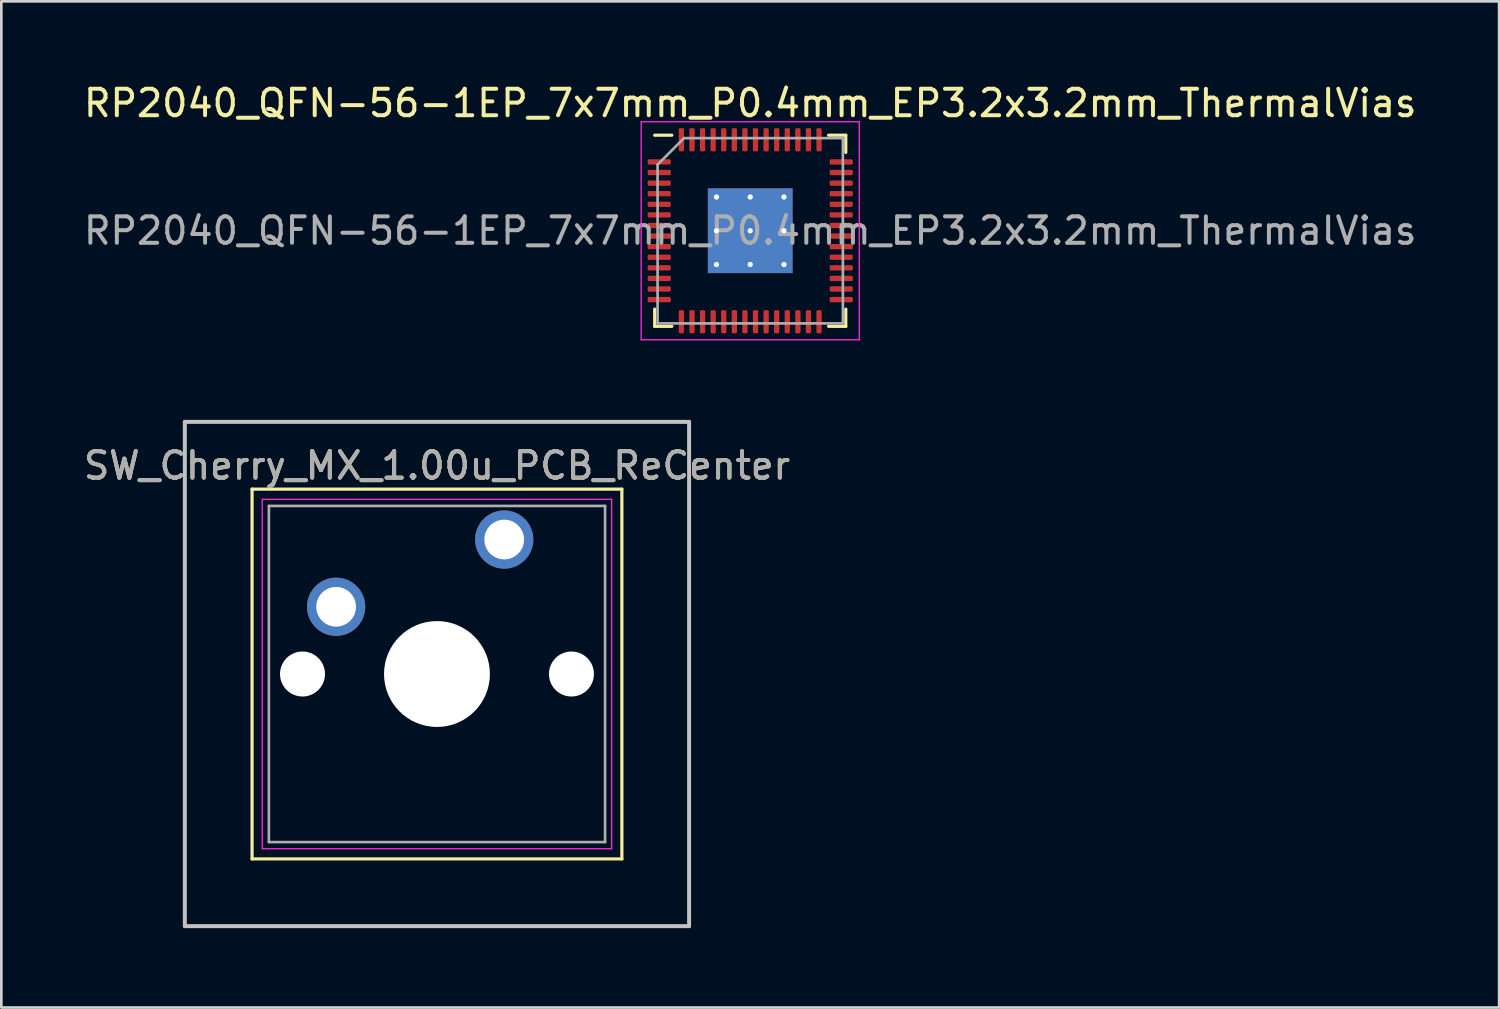
<source format=kicad_pcb>
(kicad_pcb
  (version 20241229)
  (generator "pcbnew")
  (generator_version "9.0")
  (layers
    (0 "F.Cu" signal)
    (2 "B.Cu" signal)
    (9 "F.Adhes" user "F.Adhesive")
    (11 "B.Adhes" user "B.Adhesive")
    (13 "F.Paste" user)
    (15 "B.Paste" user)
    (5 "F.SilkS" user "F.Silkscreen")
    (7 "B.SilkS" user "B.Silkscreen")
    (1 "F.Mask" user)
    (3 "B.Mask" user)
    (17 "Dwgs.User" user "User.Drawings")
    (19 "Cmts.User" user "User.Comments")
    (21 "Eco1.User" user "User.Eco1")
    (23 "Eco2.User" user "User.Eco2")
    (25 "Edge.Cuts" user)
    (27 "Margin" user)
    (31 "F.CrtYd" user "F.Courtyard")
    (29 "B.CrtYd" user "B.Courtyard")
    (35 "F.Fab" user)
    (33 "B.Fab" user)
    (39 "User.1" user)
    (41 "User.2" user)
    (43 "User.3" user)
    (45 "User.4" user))
  (footprint "RP2040_QFN-56-1EP_7x7mm_P0.4mm_EP3.2x3.2mm_ThermalVias"
    (layer "F.Cu")
    (at 25.292 5.668)
    (property "Reference" "RP2040_QFN-56-1EP_7x7mm_P0.4mm_EP3.2x3.2mm_ThermalVias" (at 0 -4.82 0) (layer "F.SilkS") (effects (font (size 1 1) (thickness 0.15))))
    (attr smd)
    (fp_line (start -3.61 3.61) (end -3.61 2.96) (stroke (width 0.12) (type solid)) (layer "F.SilkS"))
    (fp_line (start -2.96 -3.61) (end -3.61 -3.61) (stroke (width 0.12) (type solid)) (layer "F.SilkS"))
    (fp_line (start -2.96 3.61) (end -3.61 3.61) (stroke (width 0.12) (type solid)) (layer "F.SilkS"))
    (fp_line (start 2.96 -3.61) (end 3.61 -3.61) (stroke (width 0.12) (type solid)) (layer "F.SilkS"))
    (fp_line (start 2.96 3.61) (end 3.61 3.61) (stroke (width 0.12) (type solid)) (layer "F.SilkS"))
    (fp_line (start 3.61 -3.61) (end 3.61 -2.96) (stroke (width 0.12) (type solid)) (layer "F.SilkS"))
    (fp_line (start 3.61 3.61) (end 3.61 2.96) (stroke (width 0.12) (type solid)) (layer "F.SilkS"))
    (fp_line (start -4.12 -4.12) (end -4.12 4.12) (stroke (width 0.05) (type solid)) (layer "F.CrtYd"))
    (fp_line (start -4.12 4.12) (end 4.12 4.12) (stroke (width 0.05) (type solid)) (layer "F.CrtYd"))
    (fp_line (start 4.12 -4.12) (end -4.12 -4.12) (stroke (width 0.05) (type solid)) (layer "F.CrtYd"))
    (fp_line (start 4.12 4.12) (end 4.12 -4.12) (stroke (width 0.05) (type solid)) (layer "F.CrtYd"))
    (fp_line (start -3.5 -2.5) (end -2.5 -3.5) (stroke (width 0.1) (type solid)) (layer "F.Fab"))
    (fp_line (start -3.5 3.5) (end -3.5 -2.5) (stroke (width 0.1) (type solid)) (layer "F.Fab"))
    (fp_line (start -2.5 -3.5) (end 3.5 -3.5) (stroke (width 0.1) (type solid)) (layer "F.Fab"))
    (fp_line (start 3.5 -3.5) (end 3.5 3.5) (stroke (width 0.1) (type solid)) (layer "F.Fab"))
    (fp_line (start 3.5 3.5) (end -3.5 3.5) (stroke (width 0.1) (type solid)) (layer "F.Fab"))
    (fp_text user "${REFERENCE}" (at 0 0 0) (layer "F.Fab") (effects (font (size 1 1) (thickness 0.15))))
    (pad "" smd roundrect (at -0.637 -0.637) (size 1.084 1.084) (layers "F.Paste") (roundrect_rratio 0.231))
    (pad "" smd roundrect (at -0.637 0.637) (size 1.084 1.084) (layers "F.Paste") (roundrect_rratio 0.231))
    (pad "" smd roundrect (at 0.637 -0.637) (size 1.084 1.084) (layers "F.Paste") (roundrect_rratio 0.231))
    (pad "" smd roundrect (at 0.637 0.637) (size 1.084 1.084) (layers "F.Paste") (roundrect_rratio 0.231))
    (pad "1" smd roundrect (at -3.438 -2.6) (size 0.875 0.2) (layers "F.Cu" "F.Mask" "F.Paste") (roundrect_rratio 0.25))
    (pad "2" smd roundrect (at -3.438 -2.2) (size 0.875 0.2) (layers "F.Cu" "F.Mask" "F.Paste") (roundrect_rratio 0.25))
    (pad "3" smd roundrect (at -3.438 -1.8) (size 0.875 0.2) (layers "F.Cu" "F.Mask" "F.Paste") (roundrect_rratio 0.25))
    (pad "4" smd roundrect (at -3.438 -1.4) (size 0.875 0.2) (layers "F.Cu" "F.Mask" "F.Paste") (roundrect_rratio 0.25))
    (pad "5" smd roundrect (at -3.438 -1) (size 0.875 0.2) (layers "F.Cu" "F.Mask" "F.Paste") (roundrect_rratio 0.25))
    (pad "6" smd roundrect (at -3.438 -0.6) (size 0.875 0.2) (layers "F.Cu" "F.Mask" "F.Paste") (roundrect_rratio 0.25))
    (pad "7" smd roundrect (at -3.438 -0.2) (size 0.875 0.2) (layers "F.Cu" "F.Mask" "F.Paste") (roundrect_rratio 0.25))
    (pad "8" smd roundrect (at -3.438 0.2) (size 0.875 0.2) (layers "F.Cu" "F.Mask" "F.Paste") (roundrect_rratio 0.25))
    (pad "9" smd roundrect (at -3.438 0.6) (size 0.875 0.2) (layers "F.Cu" "F.Mask" "F.Paste") (roundrect_rratio 0.25))
    (pad "10" smd roundrect (at -3.438 1) (size 0.875 0.2) (layers "F.Cu" "F.Mask" "F.Paste") (roundrect_rratio 0.25))
    (pad "11" smd roundrect (at -3.438 1.4) (size 0.875 0.2) (layers "F.Cu" "F.Mask" "F.Paste") (roundrect_rratio 0.25))
    (pad "12" smd roundrect (at -3.438 1.8) (size 0.875 0.2) (layers "F.Cu" "F.Mask" "F.Paste") (roundrect_rratio 0.25))
    (pad "13" smd roundrect (at -3.438 2.2) (size 0.875 0.2) (layers "F.Cu" "F.Mask" "F.Paste") (roundrect_rratio 0.25))
    (pad "14" smd roundrect (at -3.438 2.6) (size 0.875 0.2) (layers "F.Cu" "F.Mask" "F.Paste") (roundrect_rratio 0.25))
    (pad "15" smd roundrect (at -2.6 3.438) (size 0.2 0.875) (layers "F.Cu" "F.Mask" "F.Paste") (roundrect_rratio 0.25))
    (pad "16" smd roundrect (at -2.2 3.438) (size 0.2 0.875) (layers "F.Cu" "F.Mask" "F.Paste") (roundrect_rratio 0.25))
    (pad "17" smd roundrect (at -1.8 3.438) (size 0.2 0.875) (layers "F.Cu" "F.Mask" "F.Paste") (roundrect_rratio 0.25))
    (pad "18" smd roundrect (at -1.4 3.438) (size 0.2 0.875) (layers "F.Cu" "F.Mask" "F.Paste") (roundrect_rratio 0.25))
    (pad "19" smd roundrect (at -1 3.438) (size 0.2 0.875) (layers "F.Cu" "F.Mask" "F.Paste") (roundrect_rratio 0.25))
    (pad "20" smd roundrect (at -0.6 3.438) (size 0.2 0.875) (layers "F.Cu" "F.Mask" "F.Paste") (roundrect_rratio 0.25))
    (pad "21" smd roundrect (at -0.2 3.438) (size 0.2 0.875) (layers "F.Cu" "F.Mask" "F.Paste") (roundrect_rratio 0.25))
    (pad "22" smd roundrect (at 0.2 3.438) (size 0.2 0.875) (layers "F.Cu" "F.Mask" "F.Paste") (roundrect_rratio 0.25))
    (pad "23" smd roundrect (at 0.6 3.438) (size 0.2 0.875) (layers "F.Cu" "F.Mask" "F.Paste") (roundrect_rratio 0.25))
    (pad "24" smd roundrect (at 1 3.438) (size 0.2 0.875) (layers "F.Cu" "F.Mask" "F.Paste") (roundrect_rratio 0.25))
    (pad "25" smd roundrect (at 1.4 3.438) (size 0.2 0.875) (layers "F.Cu" "F.Mask" "F.Paste") (roundrect_rratio 0.25))
    (pad "26" smd roundrect (at 1.8 3.438) (size 0.2 0.875) (layers "F.Cu" "F.Mask" "F.Paste") (roundrect_rratio 0.25))
    (pad "27" smd roundrect (at 2.2 3.438) (size 0.2 0.875) (layers "F.Cu" "F.Mask" "F.Paste") (roundrect_rratio 0.25))
    (pad "28" smd roundrect (at 2.6 3.438) (size 0.2 0.875) (layers "F.Cu" "F.Mask" "F.Paste") (roundrect_rratio 0.25))
    (pad "29" smd roundrect (at 3.438 2.6) (size 0.875 0.2) (layers "F.Cu" "F.Mask" "F.Paste") (roundrect_rratio 0.25))
    (pad "30" smd roundrect (at 3.438 2.2) (size 0.875 0.2) (layers "F.Cu" "F.Mask" "F.Paste") (roundrect_rratio 0.25))
    (pad "31" smd roundrect (at 3.438 1.8) (size 0.875 0.2) (layers "F.Cu" "F.Mask" "F.Paste") (roundrect_rratio 0.25))
    (pad "32" smd roundrect (at 3.438 1.4) (size 0.875 0.2) (layers "F.Cu" "F.Mask" "F.Paste") (roundrect_rratio 0.25))
    (pad "33" smd roundrect (at 3.438 1) (size 0.875 0.2) (layers "F.Cu" "F.Mask" "F.Paste") (roundrect_rratio 0.25))
    (pad "34" smd roundrect (at 3.438 0.6) (size 0.875 0.2) (layers "F.Cu" "F.Mask" "F.Paste") (roundrect_rratio 0.25))
    (pad "35" smd roundrect (at 3.438 0.2) (size 0.875 0.2) (layers "F.Cu" "F.Mask" "F.Paste") (roundrect_rratio 0.25))
    (pad "36" smd roundrect (at 3.438 -0.2) (size 0.875 0.2) (layers "F.Cu" "F.Mask" "F.Paste") (roundrect_rratio 0.25))
    (pad "37" smd roundrect (at 3.438 -0.6) (size 0.875 0.2) (layers "F.Cu" "F.Mask" "F.Paste") (roundrect_rratio 0.25))
    (pad "38" smd roundrect (at 3.438 -1) (size 0.875 0.2) (layers "F.Cu" "F.Mask" "F.Paste") (roundrect_rratio 0.25))
    (pad "39" smd roundrect (at 3.438 -1.4) (size 0.875 0.2) (layers "F.Cu" "F.Mask" "F.Paste") (roundrect_rratio 0.25))
    (pad "40" smd roundrect (at 3.438 -1.8) (size 0.875 0.2) (layers "F.Cu" "F.Mask" "F.Paste") (roundrect_rratio 0.25))
    (pad "41" smd roundrect (at 3.438 -2.2) (size 0.875 0.2) (layers "F.Cu" "F.Mask" "F.Paste") (roundrect_rratio 0.25))
    (pad "42" smd roundrect (at 3.438 -2.6) (size 0.875 0.2) (layers "F.Cu" "F.Mask" "F.Paste") (roundrect_rratio 0.25))
    (pad "43" smd roundrect (at 2.6 -3.438) (size 0.2 0.875) (layers "F.Cu" "F.Mask" "F.Paste") (roundrect_rratio 0.25))
    (pad "44" smd roundrect (at 2.2 -3.438) (size 0.2 0.875) (layers "F.Cu" "F.Mask" "F.Paste") (roundrect_rratio 0.25))
    (pad "45" smd roundrect (at 1.8 -3.438) (size 0.2 0.875) (layers "F.Cu" "F.Mask" "F.Paste") (roundrect_rratio 0.25))
    (pad "46" smd roundrect (at 1.4 -3.438) (size 0.2 0.875) (layers "F.Cu" "F.Mask" "F.Paste") (roundrect_rratio 0.25))
    (pad "47" smd roundrect (at 1 -3.438) (size 0.2 0.875) (layers "F.Cu" "F.Mask" "F.Paste") (roundrect_rratio 0.25))
    (pad "48" smd roundrect (at 0.6 -3.438) (size 0.2 0.875) (layers "F.Cu" "F.Mask" "F.Paste") (roundrect_rratio 0.25))
    (pad "49" smd roundrect (at 0.2 -3.438) (size 0.2 0.875) (layers "F.Cu" "F.Mask" "F.Paste") (roundrect_rratio 0.25))
    (pad "50" smd roundrect (at -0.2 -3.438) (size 0.2 0.875) (layers "F.Cu" "F.Mask" "F.Paste") (roundrect_rratio 0.25))
    (pad "51" smd roundrect (at -0.6 -3.438) (size 0.2 0.875) (layers "F.Cu" "F.Mask" "F.Paste") (roundrect_rratio 0.25))
    (pad "52" smd roundrect (at -1 -3.438) (size 0.2 0.875) (layers "F.Cu" "F.Mask" "F.Paste") (roundrect_rratio 0.25))
    (pad "53" smd roundrect (at -1.4 -3.438) (size 0.2 0.875) (layers "F.Cu" "F.Mask" "F.Paste") (roundrect_rratio 0.25))
    (pad "54" smd roundrect (at -1.8 -3.438) (size 0.2 0.875) (layers "F.Cu" "F.Mask" "F.Paste") (roundrect_rratio 0.25))
    (pad "55" smd roundrect (at -2.2 -3.438) (size 0.2 0.875) (layers "F.Cu" "F.Mask" "F.Paste") (roundrect_rratio 0.25))
    (pad "56" smd roundrect (at -2.6 -3.438) (size 0.2 0.875) (layers "F.Cu" "F.Mask" "F.Paste") (roundrect_rratio 0.25))
    (pad "57" thru_hole circle (at -1.275 -1.275) (size 0.5 0.5) (drill 0.2) (layers "*.Cu"))
    (pad "57" thru_hole circle (at -1.275 0) (size 0.5 0.5) (drill 0.2) (layers "*.Cu"))
    (pad "57" thru_hole circle (at -1.275 1.275) (size 0.5 0.5) (drill 0.2) (layers "*.Cu"))
    (pad "57" thru_hole circle (at 0 -1.275) (size 0.5 0.5) (drill 0.2) (layers "*.Cu"))
    (pad "57" thru_hole circle (at 0 0) (size 0.5 0.5) (drill 0.2) (layers "*.Cu"))
    (pad "57" smd rect (at 0 0) (size 3.2 3.2) (layers "F.Cu" "F.Mask"))
    (pad "57" smd rect (at 0 0) (size 3.2 3.2) (layers "B.Cu"))
    (pad "57" thru_hole circle (at 0 1.275) (size 0.5 0.5) (drill 0.2) (layers "*.Cu"))
    (pad "57" thru_hole circle (at 1.275 -1.275) (size 0.5 0.5) (drill 0.2) (layers "*.Cu"))
    (pad "57" thru_hole circle (at 1.275 0) (size 0.5 0.5) (drill 0.2) (layers "*.Cu"))
    (pad "57" thru_hole circle (at 1.275 1.275) (size 0.5 0.5) (drill 0.2) (layers "*.Cu")))
  (footprint "SW_Cherry_MX_1.00u_PCB_ReCenter"
    (layer "F.Cu")
    (at 13.458 22.413)
    (property "Reference" "SW_Cherry_MX_1.00u_PCB_ReCenter" (at 0 -7.874 0) (layer "F.SilkS") (effects (font (size 1 1) (thickness 0.15))))
    (attr through_hole)
    (fp_line (start -6.985 -6.985) (end 6.985 -6.985) (stroke (width 0.12) (type solid)) (layer "F.SilkS"))
    (fp_line (start -6.985 6.985) (end -6.985 -6.985) (stroke (width 0.12) (type solid)) (layer "F.SilkS"))
    (fp_line (start 6.985 -6.985) (end 6.985 6.985) (stroke (width 0.12) (type solid)) (layer "F.SilkS"))
    (fp_line (start 6.985 6.985) (end -6.985 6.985) (stroke (width 0.12) (type solid)) (layer "F.SilkS"))
    (fp_line (start -9.525 -9.525) (end 9.525 -9.525) (stroke (width 0.15) (type solid)) (layer "Dwgs.User"))
    (fp_line (start -9.525 9.525) (end -9.525 -9.525) (stroke (width 0.15) (type solid)) (layer "Dwgs.User"))
    (fp_line (start 9.525 -9.525) (end 9.525 9.525) (stroke (width 0.15) (type solid)) (layer "Dwgs.User"))
    (fp_line (start 9.525 9.525) (end -9.525 9.525) (stroke (width 0.15) (type solid)) (layer "Dwgs.User"))
    (fp_line (start -6.6 -6.6) (end 6.6 -6.6) (stroke (width 0.05) (type solid)) (layer "F.CrtYd"))
    (fp_line (start -6.6 6.6) (end -6.6 -6.6) (stroke (width 0.05) (type solid)) (layer "F.CrtYd"))
    (fp_line (start 6.6 -6.6) (end 6.6 6.6) (stroke (width 0.05) (type solid)) (layer "F.CrtYd"))
    (fp_line (start 6.6 6.6) (end -6.6 6.6) (stroke (width 0.05) (type solid)) (layer "F.CrtYd"))
    (fp_line (start -6.35 -6.35) (end 6.35 -6.35) (stroke (width 0.1) (type solid)) (layer "F.Fab"))
    (fp_line (start -6.35 6.35) (end -6.35 -6.35) (stroke (width 0.1) (type solid)) (layer "F.Fab"))
    (fp_line (start 6.35 -6.35) (end 6.35 6.35) (stroke (width 0.1) (type solid)) (layer "F.Fab"))
    (fp_line (start 6.35 6.35) (end -6.35 6.35) (stroke (width 0.1) (type solid)) (layer "F.Fab"))
    (fp_text user "${REFERENCE}" (at 0 -7.874 0) (layer "F.Fab") (effects (font (size 1 1) (thickness 0.15))))
    (pad "" np_thru_hole circle (at -5.08 0) (size 1.7 1.7) (drill 1.7) (layers "*.Cu" "*.Mask"))
    (pad "" np_thru_hole circle (at 0 0) (size 4 4) (drill 4) (layers "*.Cu" "*.Mask"))
    (pad "" np_thru_hole circle (at 5.08 0) (size 1.7 1.7) (drill 1.7) (layers "*.Cu" "*.Mask"))
    (pad "1" thru_hole circle (at 2.54 -5.08) (size 2.2 2.2) (drill 1.5) (layers "*.Cu" "*.Mask"))
    (pad "2" thru_hole circle (at -3.81 -2.54) (size 2.2 2.2) (drill 1.5) (layers "*.Cu" "*.Mask")))
  (gr_rect
    (start -3 -3)
    (end 53.583 35.013)
    (stroke (width 0.1) (type default))
    (fill no)
    (layer "Edge.Cuts")))
</source>
